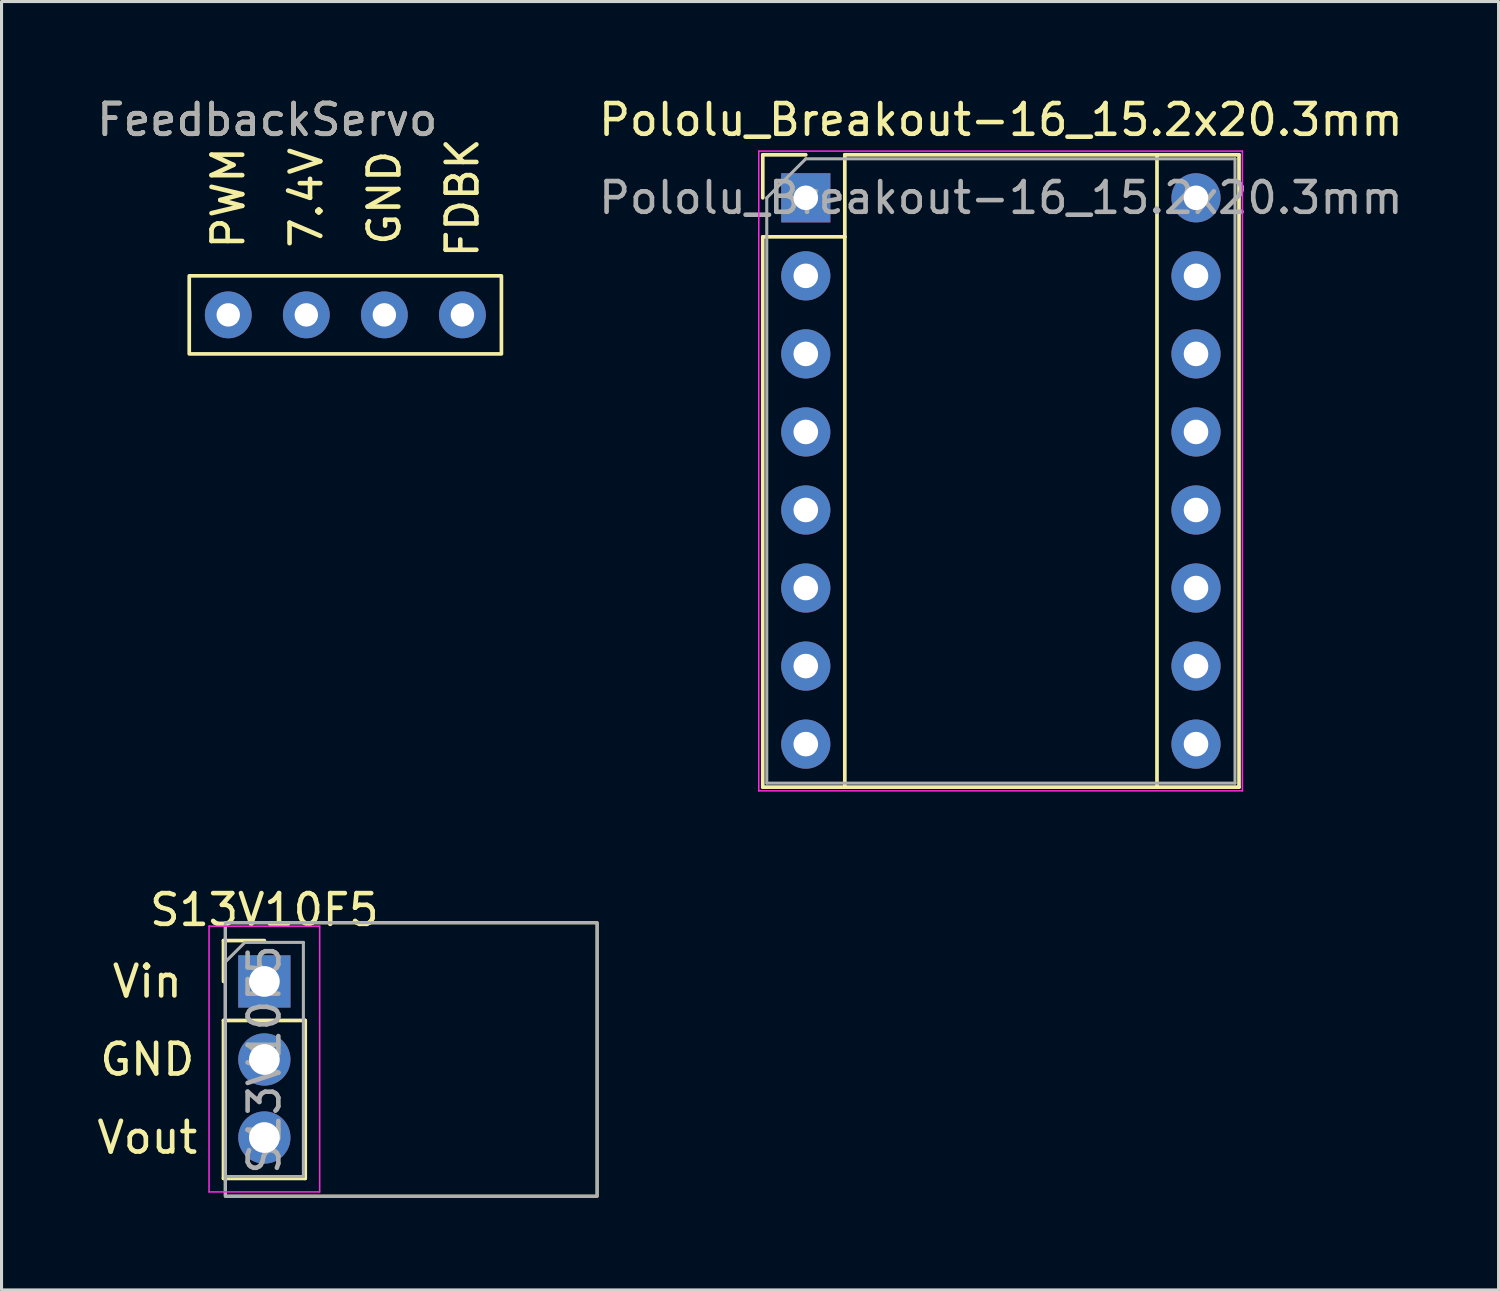
<source format=kicad_pcb>
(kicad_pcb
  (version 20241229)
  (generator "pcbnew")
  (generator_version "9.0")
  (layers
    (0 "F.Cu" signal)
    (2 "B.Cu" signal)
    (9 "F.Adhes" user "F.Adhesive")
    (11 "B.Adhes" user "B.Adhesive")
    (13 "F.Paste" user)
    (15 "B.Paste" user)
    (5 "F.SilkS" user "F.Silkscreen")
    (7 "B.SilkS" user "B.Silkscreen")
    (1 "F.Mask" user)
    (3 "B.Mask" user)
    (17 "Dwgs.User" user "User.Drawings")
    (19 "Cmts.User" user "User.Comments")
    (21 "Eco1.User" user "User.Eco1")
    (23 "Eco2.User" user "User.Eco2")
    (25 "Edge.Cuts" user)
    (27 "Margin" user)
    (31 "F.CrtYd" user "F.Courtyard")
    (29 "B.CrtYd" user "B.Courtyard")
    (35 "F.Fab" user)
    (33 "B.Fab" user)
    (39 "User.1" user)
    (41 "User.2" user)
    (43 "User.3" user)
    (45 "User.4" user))
  (footprint "S13V10F5"
    (layer "F.Cu")
    (at 5.554 28.892)
    (property "Reference" "S13V10F5" (at 0 -2.33 0) (layer "F.SilkS") (effects (font (size 1 1) (thickness 0.15))))
    (attr through_hole)
    (fp_line (start -1.33 -1.33) (end 0 -1.33) (stroke (width 0.12) (type solid)) (layer "F.SilkS"))
    (fp_line (start -1.33 0) (end -1.33 -1.33) (stroke (width 0.12) (type solid)) (layer "F.SilkS"))
    (fp_line (start -1.33 1.27) (end -1.33 6.41) (stroke (width 0.12) (type solid)) (layer "F.SilkS"))
    (fp_line (start -1.33 1.27) (end 1.33 1.27) (stroke (width 0.12) (type solid)) (layer "F.SilkS"))
    (fp_line (start -1.33 6.41) (end 1.33 6.41) (stroke (width 0.12) (type solid)) (layer "F.SilkS"))
    (fp_line (start 1.33 1.27) (end 1.33 6.41) (stroke (width 0.12) (type solid)) (layer "F.SilkS"))
    (fp_rect (start -1.27 -1.91) (end 10.83 6.99) (stroke (width 0.1) (type solid)) (fill no) (layer "F.SilkS"))
    (fp_line (start -1.8 -1.8) (end -1.8 6.85) (stroke (width 0.05) (type solid)) (layer "F.CrtYd"))
    (fp_line (start -1.8 6.85) (end 1.8 6.85) (stroke (width 0.05) (type solid)) (layer "F.CrtYd"))
    (fp_line (start 1.8 -1.8) (end -1.8 -1.8) (stroke (width 0.05) (type solid)) (layer "F.CrtYd"))
    (fp_line (start 1.8 6.85) (end 1.8 -1.8) (stroke (width 0.05) (type solid)) (layer "F.CrtYd"))
    (fp_line (start -1.27 -0.635) (end -0.635 -1.27) (stroke (width 0.1) (type solid)) (layer "F.Fab"))
    (fp_line (start -1.27 6.35) (end -1.27 -0.635) (stroke (width 0.1) (type solid)) (layer "F.Fab"))
    (fp_line (start -0.635 -1.27) (end 1.27 -1.27) (stroke (width 0.1) (type solid)) (layer "F.Fab"))
    (fp_line (start 1.27 -1.27) (end 1.27 6.35) (stroke (width 0.1) (type solid)) (layer "F.Fab"))
    (fp_line (start 1.27 6.35) (end -1.27 6.35) (stroke (width 0.1) (type solid)) (layer "F.Fab"))
    (fp_rect (start -1.27 -1.91) (end 10.83 6.99) (stroke (width 0.1) (type solid)) (fill no) (layer "F.Fab"))
    (fp_text user "Vin" (at -3.81 0 0) (unlocked yes) (layer "F.SilkS") (effects (font (size 1 1) (thickness 0.15))))
    (fp_text user "GND" (at -3.81 2.54 0) (unlocked yes) (layer "F.SilkS") (effects (font (size 1 1) (thickness 0.15))))
    (fp_text user "Vout" (at -3.81 5.08 0) (unlocked yes) (layer "F.SilkS") (effects (font (size 1 1) (thickness 0.15))))
    (fp_text user "${REFERENCE}" (at 0 2.54 90) (layer "F.Fab") (effects (font (size 1 1) (thickness 0.15))))
    (pad "1" thru_hole rect (at 0 0) (size 1.7 1.7) (drill 1) (layers "*.Cu" "*.Mask"))
    (pad "2" thru_hole oval (at 0 2.54) (size 1.7 1.7) (drill 1) (layers "*.Cu" "*.Mask"))
    (pad "3" thru_hole oval (at 0 5.08) (size 1.7 1.7) (drill 1) (layers "*.Cu" "*.Mask")))
  (footprint "FeedbackServo"
    (layer "F.Cu")
    (at 4.379 7.198)
    (property "Reference" "FeedbackServo" (at 1.27 -6.35 0) (unlocked yes) (layer "F.SilkS") (effects (font (size 1 1) (thickness 0.15))))
    (attr through_hole)
    (fp_rect (start -1.27 -1.27) (end 8.89 1.27) (stroke (width 0.12) (type solid)) (fill no) (layer "F.SilkS"))
    (fp_text user "FDBK" (at 7.62 -3.81 90) (unlocked yes) (layer "F.SilkS") (effects (font (size 1 1) (thickness 0.15))))
    (fp_text user "GND" (at 5.08 -3.81 90) (unlocked yes) (layer "F.SilkS") (effects (font (size 1 1) (thickness 0.15))))
    (fp_text user "7.4V" (at 2.54 -3.81 90) (unlocked yes) (layer "F.SilkS") (effects (font (size 1 1) (thickness 0.15))))
    (fp_text user "PWM" (at 0 -3.81 90) (unlocked yes) (layer "F.SilkS") (effects (font (size 1 1) (thickness 0.15))))
    (fp_text user "${REFERENCE}" (at 1.27 -6.35 0) (unlocked yes) (layer "F.Fab") (effects (font (size 1 1) (thickness 0.15))))
    (pad "1" thru_hole circle (at 0 0) (size 1.524 1.524) (drill 0.762) (layers "*.Cu" "*.Mask"))
    (pad "2" thru_hole circle (at 2.54 0) (size 1.524 1.524) (drill 0.762) (layers "*.Cu" "*.Mask"))
    (pad "3" thru_hole circle (at 5.08 0) (size 1.524 1.524) (drill 0.762) (layers "*.Cu" "*.Mask"))
    (pad "4" thru_hole circle (at 7.62 0) (size 1.524 1.524) (drill 0.762) (layers "*.Cu" "*.Mask")))
  (footprint "Pololu_Breakout-16_15.2x20.3mm"
    (layer "F.Cu")
    (at 23.175 3.388)
    (property "Reference" "Pololu_Breakout-16_15.2x20.3mm" (at 6.35 -2.54 0) (layer "F.SilkS") (effects (font (size 1 1) (thickness 0.15))))
    (attr through_hole)
    (fp_line (start -1.4 -1.4) (end -1.4 0) (stroke (width 0.12) (type solid)) (layer "F.SilkS"))
    (fp_line (start -1.4 1.27) (end -1.4 19.18) (stroke (width 0.12) (type solid)) (layer "F.SilkS"))
    (fp_line (start -1.4 19.18) (end 14.1 19.18) (stroke (width 0.12) (type solid)) (layer "F.SilkS"))
    (fp_line (start 0 -1.4) (end -1.4 -1.4) (stroke (width 0.12) (type solid)) (layer "F.SilkS"))
    (fp_line (start 1.27 -1.4) (end 1.27 1.27) (stroke (width 0.12) (type solid)) (layer "F.SilkS"))
    (fp_line (start 1.27 1.27) (end -1.4 1.27) (stroke (width 0.12) (type solid)) (layer "F.SilkS"))
    (fp_line (start 1.27 1.27) (end 1.27 19.18) (stroke (width 0.12) (type solid)) (layer "F.SilkS"))
    (fp_line (start 11.43 -1.4) (end 11.43 19.18) (stroke (width 0.12) (type solid)) (layer "F.SilkS"))
    (fp_line (start 14.1 -1.4) (end 1.27 -1.4) (stroke (width 0.12) (type solid)) (layer "F.SilkS"))
    (fp_line (start 14.1 19.18) (end 14.1 -1.4) (stroke (width 0.12) (type solid)) (layer "F.SilkS"))
    (fp_line (start -1.53 -1.52) (end -1.53 19.3) (stroke (width 0.05) (type solid)) (layer "F.CrtYd"))
    (fp_line (start -1.53 -1.52) (end 14.21 -1.52) (stroke (width 0.05) (type solid)) (layer "F.CrtYd"))
    (fp_line (start 14.21 19.3) (end -1.53 19.3) (stroke (width 0.05) (type solid)) (layer "F.CrtYd"))
    (fp_line (start 14.21 19.3) (end 14.21 -1.52) (stroke (width 0.05) (type solid)) (layer "F.CrtYd"))
    (fp_line (start -1.27 0) (end 0 -1.27) (stroke (width 0.1) (type solid)) (layer "F.Fab"))
    (fp_line (start -1.27 19.05) (end -1.27 0) (stroke (width 0.1) (type solid)) (layer "F.Fab"))
    (fp_line (start 0 -1.27) (end 13.97 -1.27) (stroke (width 0.1) (type solid)) (layer "F.Fab"))
    (fp_line (start 13.97 -1.27) (end 13.97 19.05) (stroke (width 0.1) (type solid)) (layer "F.Fab"))
    (fp_line (start 13.97 19.05) (end -1.27 19.05) (stroke (width 0.1) (type solid)) (layer "F.Fab"))
    (fp_text user "${REFERENCE}" (at 6.35 0 0) (layer "F.Fab") (effects (font (size 1 1) (thickness 0.15))))
    (pad "1" thru_hole rect (at 0 0) (size 1.6 1.6) (drill 0.8) (layers "*.Cu" "*.Mask"))
    (pad "2" thru_hole oval (at 0 2.54) (size 1.6 1.6) (drill 0.8) (layers "*.Cu" "*.Mask"))
    (pad "3" thru_hole oval (at 0 5.08) (size 1.6 1.6) (drill 0.8) (layers "*.Cu" "*.Mask"))
    (pad "4" thru_hole oval (at 0 7.62) (size 1.6 1.6) (drill 0.8) (layers "*.Cu" "*.Mask"))
    (pad "5" thru_hole oval (at 0 10.16) (size 1.6 1.6) (drill 0.8) (layers "*.Cu" "*.Mask"))
    (pad "6" thru_hole oval (at 0 12.7) (size 1.6 1.6) (drill 0.8) (layers "*.Cu" "*.Mask"))
    (pad "7" thru_hole oval (at 0 15.24) (size 1.6 1.6) (drill 0.8) (layers "*.Cu" "*.Mask"))
    (pad "8" thru_hole oval (at 0 17.78) (size 1.6 1.6) (drill 0.8) (layers "*.Cu" "*.Mask"))
    (pad "9" thru_hole oval (at 12.7 17.78) (size 1.6 1.6) (drill 0.8) (layers "*.Cu" "*.Mask"))
    (pad "10" thru_hole oval (at 12.7 15.24) (size 1.6 1.6) (drill 0.8) (layers "*.Cu" "*.Mask"))
    (pad "11" thru_hole oval (at 12.7 12.7) (size 1.6 1.6) (drill 0.8) (layers "*.Cu" "*.Mask"))
    (pad "12" thru_hole oval (at 12.7 10.16) (size 1.6 1.6) (drill 0.8) (layers "*.Cu" "*.Mask"))
    (pad "13" thru_hole oval (at 12.7 7.62) (size 1.6 1.6) (drill 0.8) (layers "*.Cu" "*.Mask"))
    (pad "14" thru_hole oval (at 12.7 5.08) (size 1.6 1.6) (drill 0.8) (layers "*.Cu" "*.Mask"))
    (pad "15" thru_hole oval (at 12.7 2.54) (size 1.6 1.6) (drill 0.8) (layers "*.Cu" "*.Mask"))
    (pad "16" thru_hole oval (at 12.7 0) (size 1.6 1.6) (drill 0.8) (layers "*.Cu" "*.Mask")))
  (gr_rect
    (start -3 -3)
    (end 45.722 38.931)
    (stroke (width 0.1) (type default))
    (fill no)
    (layer "Edge.Cuts")))
</source>
